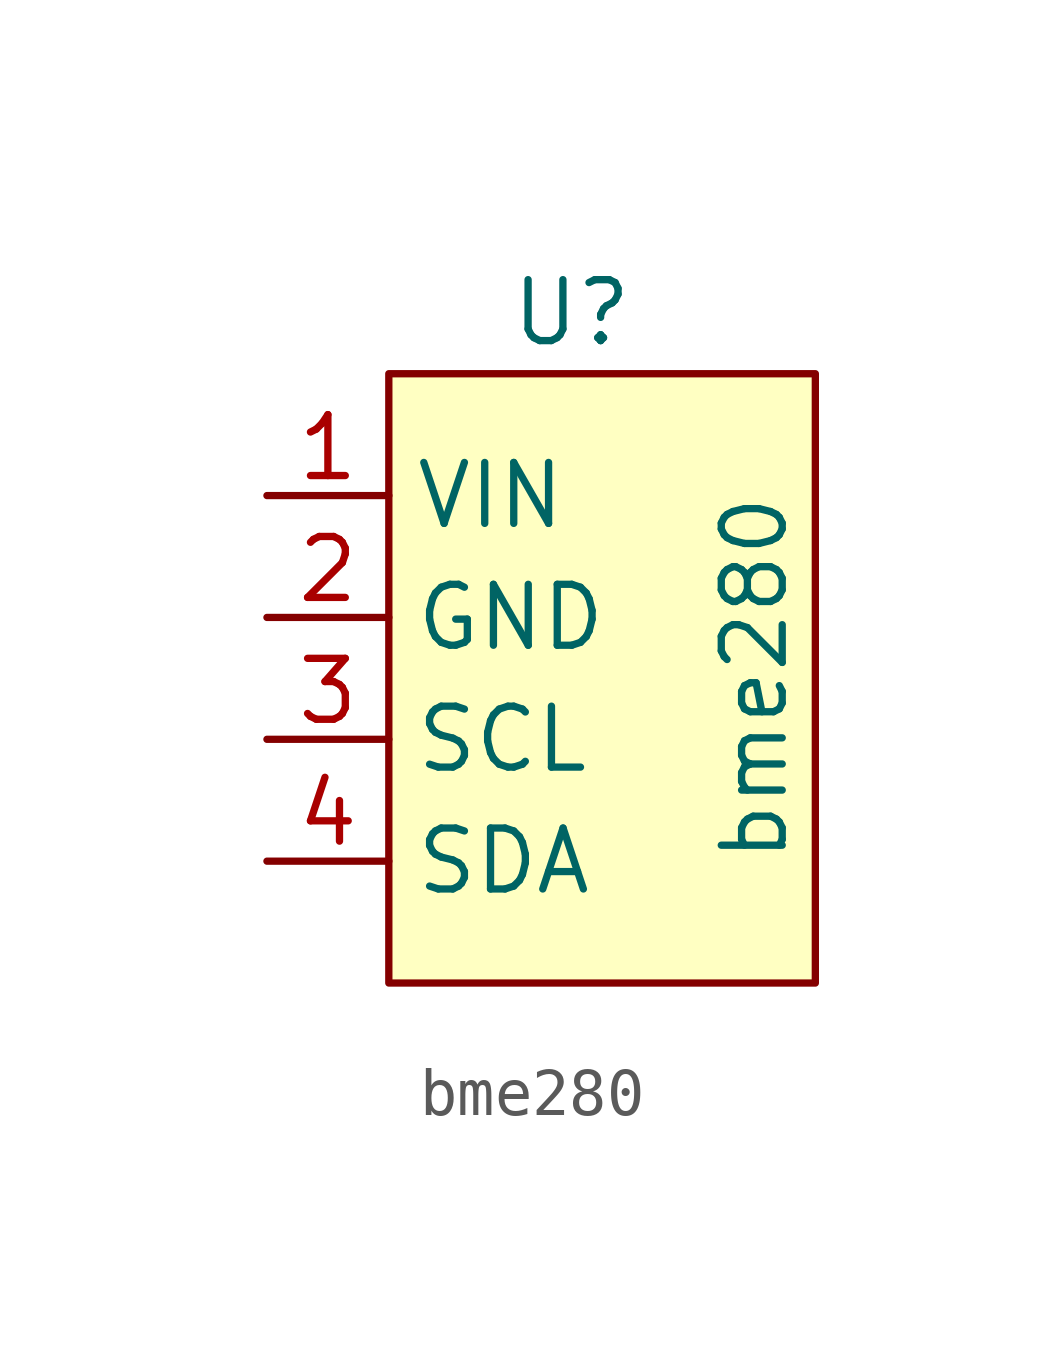
<source format=kicad_sym>
(kicad_symbol_lib
  (version 20211014)
  (generator kicad_symbol_editor)
  (symbol "bme280"
    (property "Reference" "U"
      (at 0 7.62 0)
      (effects (font (size 1.27 1.27))))
    (property "Value" "bme280"
      (at 3.81 0 90)
      (effects (font (size 1.27 1.27))))
    (symbol "bme280_0_1"
      (rectangle (start -3.81 6.35) (end 5.08 -6.35) (stroke (width 0) (type default) (color 0 0 0 0)) (fill (type background))))
    (symbol "bme280_1_1"
      (pin input line (at -6.35 3.81 0) (length 2.54) (name "VIN" (effects (font (size 1.27 1.27)))) (number "1" (effects (font (size 1.27 1.27)))))
      (pin input line (at -6.35 1.27 0) (length 2.54) (name "GND" (effects (font (size 1.27 1.27)))) (number "2" (effects (font (size 1.27 1.27)))))
      (pin input line (at -6.35 -1.27 0) (length 2.54) (name "SCL" (effects (font (size 1.27 1.27)))) (number "3" (effects (font (size 1.27 1.27)))))
      (pin input line (at -6.35 -3.81 0) (length 2.54) (name "SDA" (effects (font (size 1.27 1.27)))) (number "4" (effects (font (size 1.27 1.27))))))))
</source>
